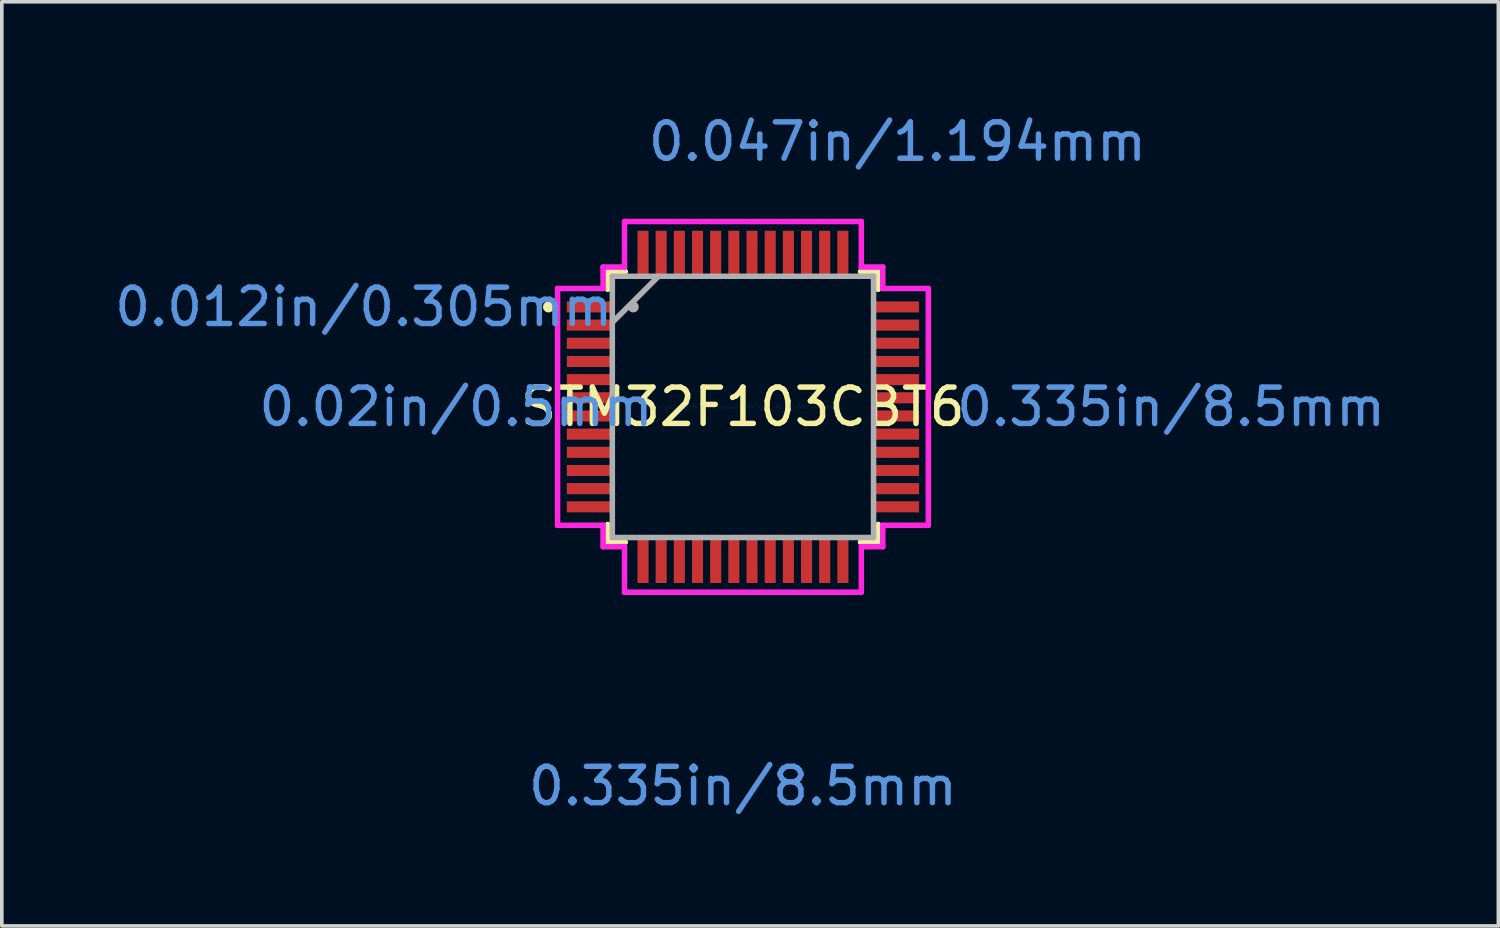
<source format=kicad_pcb>
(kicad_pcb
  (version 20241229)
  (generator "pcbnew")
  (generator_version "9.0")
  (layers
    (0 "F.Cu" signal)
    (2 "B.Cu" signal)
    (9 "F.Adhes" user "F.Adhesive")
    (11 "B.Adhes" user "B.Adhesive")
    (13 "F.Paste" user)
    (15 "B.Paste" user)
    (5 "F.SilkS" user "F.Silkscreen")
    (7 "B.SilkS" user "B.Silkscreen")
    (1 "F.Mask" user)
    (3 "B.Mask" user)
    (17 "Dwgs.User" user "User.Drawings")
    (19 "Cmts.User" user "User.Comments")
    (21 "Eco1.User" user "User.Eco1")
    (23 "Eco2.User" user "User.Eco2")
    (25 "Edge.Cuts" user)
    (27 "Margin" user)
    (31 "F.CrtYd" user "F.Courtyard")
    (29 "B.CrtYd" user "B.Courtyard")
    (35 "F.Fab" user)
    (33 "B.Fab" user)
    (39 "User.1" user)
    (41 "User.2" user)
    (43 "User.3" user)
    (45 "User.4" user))
  (footprint "STM32F103CBT6"
    (layer "F.Cu")
    (at 17.393 8.146)
    (property "Reference" "STM32F103CBT6" (at 0 0 0) (layer "F.SilkS") (effects (font (size 1 1) (thickness 0.15))))
    (attr through_hole)
    (fp_line (start -3.721 -3.721) (end -3.721 -3.235) (stroke (width 0.152) (type solid)) (layer "F.SilkS"))
    (fp_line (start -3.721 3.235) (end -3.721 3.721) (stroke (width 0.152) (type solid)) (layer "F.SilkS"))
    (fp_line (start -3.721 3.721) (end -3.235 3.721) (stroke (width 0.152) (type solid)) (layer "F.SilkS"))
    (fp_line (start -3.235 -3.721) (end -3.721 -3.721) (stroke (width 0.152) (type solid)) (layer "F.SilkS"))
    (fp_line (start 3.235 3.721) (end 3.721 3.721) (stroke (width 0.152) (type solid)) (layer "F.SilkS"))
    (fp_line (start 3.721 -3.721) (end 3.235 -3.721) (stroke (width 0.152) (type solid)) (layer "F.SilkS"))
    (fp_line (start 3.721 -3.235) (end 3.721 -3.721) (stroke (width 0.152) (type solid)) (layer "F.SilkS"))
    (fp_line (start 3.721 3.721) (end 3.721 3.235) (stroke (width 0.152) (type solid)) (layer "F.SilkS"))
    (fp_circle (center -5.351 -2.75) (end -5.275 -2.75) (stroke (width 0.152) (type solid)) (fill no) (layer "F.SilkS"))
    (fp_line (start -5.101 -3.258) (end -3.848 -3.258) (stroke (width 0.152) (type solid)) (layer "F.CrtYd"))
    (fp_line (start -5.101 3.258) (end -5.101 -3.258) (stroke (width 0.152) (type solid)) (layer "F.CrtYd"))
    (fp_line (start -3.848 -3.848) (end -3.258 -3.848) (stroke (width 0.152) (type solid)) (layer "F.CrtYd"))
    (fp_line (start -3.848 -3.258) (end -3.848 -3.848) (stroke (width 0.152) (type solid)) (layer "F.CrtYd"))
    (fp_line (start -3.848 3.258) (end -5.101 3.258) (stroke (width 0.152) (type solid)) (layer "F.CrtYd"))
    (fp_line (start -3.848 3.848) (end -3.848 3.258) (stroke (width 0.152) (type solid)) (layer "F.CrtYd"))
    (fp_line (start -3.258 -5.101) (end 3.258 -5.101) (stroke (width 0.152) (type solid)) (layer "F.CrtYd"))
    (fp_line (start -3.258 -3.848) (end -3.258 -5.101) (stroke (width 0.152) (type solid)) (layer "F.CrtYd"))
    (fp_line (start -3.258 3.848) (end -3.848 3.848) (stroke (width 0.152) (type solid)) (layer "F.CrtYd"))
    (fp_line (start -3.258 5.101) (end -3.258 3.848) (stroke (width 0.152) (type solid)) (layer "F.CrtYd"))
    (fp_line (start 3.258 -5.101) (end 3.258 -3.848) (stroke (width 0.152) (type solid)) (layer "F.CrtYd"))
    (fp_line (start 3.258 -3.848) (end 3.848 -3.848) (stroke (width 0.152) (type solid)) (layer "F.CrtYd"))
    (fp_line (start 3.258 3.848) (end 3.258 5.101) (stroke (width 0.152) (type solid)) (layer "F.CrtYd"))
    (fp_line (start 3.258 5.101) (end -3.258 5.101) (stroke (width 0.152) (type solid)) (layer "F.CrtYd"))
    (fp_line (start 3.848 -3.848) (end 3.848 -3.258) (stroke (width 0.152) (type solid)) (layer "F.CrtYd"))
    (fp_line (start 3.848 -3.258) (end 5.101 -3.258) (stroke (width 0.152) (type solid)) (layer "F.CrtYd"))
    (fp_line (start 3.848 3.258) (end 3.848 3.848) (stroke (width 0.152) (type solid)) (layer "F.CrtYd"))
    (fp_line (start 3.848 3.848) (end 3.258 3.848) (stroke (width 0.152) (type solid)) (layer "F.CrtYd"))
    (fp_line (start 5.101 -3.258) (end 5.101 3.258) (stroke (width 0.152) (type solid)) (layer "F.CrtYd"))
    (fp_line (start 5.101 3.258) (end 3.848 3.258) (stroke (width 0.152) (type solid)) (layer "F.CrtYd"))
    (fp_line (start -3.594 -3.594) (end -3.594 3.594) (stroke (width 0.152) (type solid)) (layer "F.Fab"))
    (fp_line (start -3.594 -2.324) (end -2.324 -3.594) (stroke (width 0.152) (type solid)) (layer "F.Fab"))
    (fp_line (start -3.594 3.594) (end 3.594 3.594) (stroke (width 0.152) (type solid)) (layer "F.Fab"))
    (fp_line (start 3.594 -3.594) (end -3.594 -3.594) (stroke (width 0.152) (type solid)) (layer "F.Fab"))
    (fp_line (start 3.594 3.594) (end 3.594 -3.594) (stroke (width 0.152) (type solid)) (layer "F.Fab"))
    (fp_circle (center -3.018 -2.75) (end -2.942 -2.75) (stroke (width 0.152) (type solid)) (fill no) (layer "F.Fab"))
    (fp_text user "Copyright 2016 Accelerated Designs. All rights reserved." (at 0 0 0) (layer "Cmts.User") (effects (font (size 0.127 0.127) (thickness 0.002))))
    (fp_text user "0.012in/0.305mm" (at -10.435 -2.75 0) (layer "Cmts.User") (effects (font (size 1 1) (thickness 0.15))))
    (fp_text user "0.335in/8.5mm" (at 0 10.435 0) (layer "Cmts.User") (effects (font (size 1 1) (thickness 0.15))))
    (fp_text user "0.02in/0.5mm" (at -7.895 0 0) (layer "Cmts.User") (effects (font (size 1 1) (thickness 0.15))))
    (fp_text user "0.335in/8.5mm" (at 11.781 0 0) (layer "Cmts.User") (effects (font (size 1 1) (thickness 0.15))))
    (fp_text user "0.047in/1.194mm" (at 4.25 -7.298 0) (layer "Cmts.User") (effects (font (size 1 1) (thickness 0.15))))
    (pad "1" smd rect (at -4.25 -2.75) (size 1.194 0.305) (layers "F.Cu" "F.Mask" "F.Paste"))
    (pad "2" smd rect (at -4.25 -2.25) (size 1.194 0.305) (layers "F.Cu" "F.Mask" "F.Paste"))
    (pad "3" smd rect (at -4.25 -1.75) (size 1.194 0.305) (layers "F.Cu" "F.Mask" "F.Paste"))
    (pad "4" smd rect (at -4.25 -1.25) (size 1.194 0.305) (layers "F.Cu" "F.Mask" "F.Paste"))
    (pad "5" smd rect (at -4.25 -0.75) (size 1.194 0.305) (layers "F.Cu" "F.Mask" "F.Paste"))
    (pad "6" smd rect (at -4.25 -0.25) (size 1.194 0.305) (layers "F.Cu" "F.Mask" "F.Paste"))
    (pad "7" smd rect (at -4.25 0.25) (size 1.194 0.305) (layers "F.Cu" "F.Mask" "F.Paste"))
    (pad "8" smd rect (at -4.25 0.75) (size 1.194 0.305) (layers "F.Cu" "F.Mask" "F.Paste"))
    (pad "9" smd rect (at -4.25 1.25) (size 1.194 0.305) (layers "F.Cu" "F.Mask" "F.Paste"))
    (pad "10" smd rect (at -4.25 1.75) (size 1.194 0.305) (layers "F.Cu" "F.Mask" "F.Paste"))
    (pad "11" smd rect (at -4.25 2.25) (size 1.194 0.305) (layers "F.Cu" "F.Mask" "F.Paste"))
    (pad "12" smd rect (at -4.25 2.75) (size 1.194 0.305) (layers "F.Cu" "F.Mask" "F.Paste"))
    (pad "13" smd rect (at -2.75 4.25 90) (size 1.194 0.305) (layers "F.Cu" "F.Mask" "F.Paste"))
    (pad "14" smd rect (at -2.25 4.25 90) (size 1.194 0.305) (layers "F.Cu" "F.Mask" "F.Paste"))
    (pad "15" smd rect (at -1.75 4.25 90) (size 1.194 0.305) (layers "F.Cu" "F.Mask" "F.Paste"))
    (pad "16" smd rect (at -1.25 4.25 90) (size 1.194 0.305) (layers "F.Cu" "F.Mask" "F.Paste"))
    (pad "17" smd rect (at -0.75 4.25 90) (size 1.194 0.305) (layers "F.Cu" "F.Mask" "F.Paste"))
    (pad "18" smd rect (at -0.25 4.25 90) (size 1.194 0.305) (layers "F.Cu" "F.Mask" "F.Paste"))
    (pad "19" smd rect (at 0.25 4.25 90) (size 1.194 0.305) (layers "F.Cu" "F.Mask" "F.Paste"))
    (pad "20" smd rect (at 0.75 4.25 90) (size 1.194 0.305) (layers "F.Cu" "F.Mask" "F.Paste"))
    (pad "21" smd rect (at 1.25 4.25 90) (size 1.194 0.305) (layers "F.Cu" "F.Mask" "F.Paste"))
    (pad "22" smd rect (at 1.75 4.25 90) (size 1.194 0.305) (layers "F.Cu" "F.Mask" "F.Paste"))
    (pad "23" smd rect (at 2.25 4.25 90) (size 1.194 0.305) (layers "F.Cu" "F.Mask" "F.Paste"))
    (pad "24" smd rect (at 2.75 4.25 90) (size 1.194 0.305) (layers "F.Cu" "F.Mask" "F.Paste"))
    (pad "25" smd rect (at 4.25 2.75) (size 1.194 0.305) (layers "F.Cu" "F.Mask" "F.Paste"))
    (pad "26" smd rect (at 4.25 2.25) (size 1.194 0.305) (layers "F.Cu" "F.Mask" "F.Paste"))
    (pad "27" smd rect (at 4.25 1.75) (size 1.194 0.305) (layers "F.Cu" "F.Mask" "F.Paste"))
    (pad "28" smd rect (at 4.25 1.25) (size 1.194 0.305) (layers "F.Cu" "F.Mask" "F.Paste"))
    (pad "29" smd rect (at 4.25 0.75) (size 1.194 0.305) (layers "F.Cu" "F.Mask" "F.Paste"))
    (pad "30" smd rect (at 4.25 0.25) (size 1.194 0.305) (layers "F.Cu" "F.Mask" "F.Paste"))
    (pad "31" smd rect (at 4.25 -0.25) (size 1.194 0.305) (layers "F.Cu" "F.Mask" "F.Paste"))
    (pad "32" smd rect (at 4.25 -0.75) (size 1.194 0.305) (layers "F.Cu" "F.Mask" "F.Paste"))
    (pad "33" smd rect (at 4.25 -1.25) (size 1.194 0.305) (layers "F.Cu" "F.Mask" "F.Paste"))
    (pad "34" smd rect (at 4.25 -1.75) (size 1.194 0.305) (layers "F.Cu" "F.Mask" "F.Paste"))
    (pad "35" smd rect (at 4.25 -2.25) (size 1.194 0.305) (layers "F.Cu" "F.Mask" "F.Paste"))
    (pad "36" smd rect (at 4.25 -2.75) (size 1.194 0.305) (layers "F.Cu" "F.Mask" "F.Paste"))
    (pad "37" smd rect (at 2.75 -4.25 90) (size 1.194 0.305) (layers "F.Cu" "F.Mask" "F.Paste"))
    (pad "38" smd rect (at 2.25 -4.25 90) (size 1.194 0.305) (layers "F.Cu" "F.Mask" "F.Paste"))
    (pad "39" smd rect (at 1.75 -4.25 90) (size 1.194 0.305) (layers "F.Cu" "F.Mask" "F.Paste"))
    (pad "40" smd rect (at 1.25 -4.25 90) (size 1.194 0.305) (layers "F.Cu" "F.Mask" "F.Paste"))
    (pad "41" smd rect (at 0.75 -4.25 90) (size 1.194 0.305) (layers "F.Cu" "F.Mask" "F.Paste"))
    (pad "42" smd rect (at 0.25 -4.25 90) (size 1.194 0.305) (layers "F.Cu" "F.Mask" "F.Paste"))
    (pad "43" smd rect (at -0.25 -4.25 90) (size 1.194 0.305) (layers "F.Cu" "F.Mask" "F.Paste"))
    (pad "44" smd rect (at -0.75 -4.25 90) (size 1.194 0.305) (layers "F.Cu" "F.Mask" "F.Paste"))
    (pad "45" smd rect (at -1.25 -4.25 90) (size 1.194 0.305) (layers "F.Cu" "F.Mask" "F.Paste"))
    (pad "46" smd rect (at -1.75 -4.25 90) (size 1.194 0.305) (layers "F.Cu" "F.Mask" "F.Paste"))
    (pad "47" smd rect (at -2.25 -4.25 90) (size 1.194 0.305) (layers "F.Cu" "F.Mask" "F.Paste"))
    (pad "48" smd rect (at -2.75 -4.25 90) (size 1.194 0.305) (layers "F.Cu" "F.Mask" "F.Paste")))
  (gr_rect
    (start -3 -3)
    (end 38.18 22.429)
    (stroke (width 0.1) (type default))
    (fill no)
    (layer "Edge.Cuts")))
</source>
